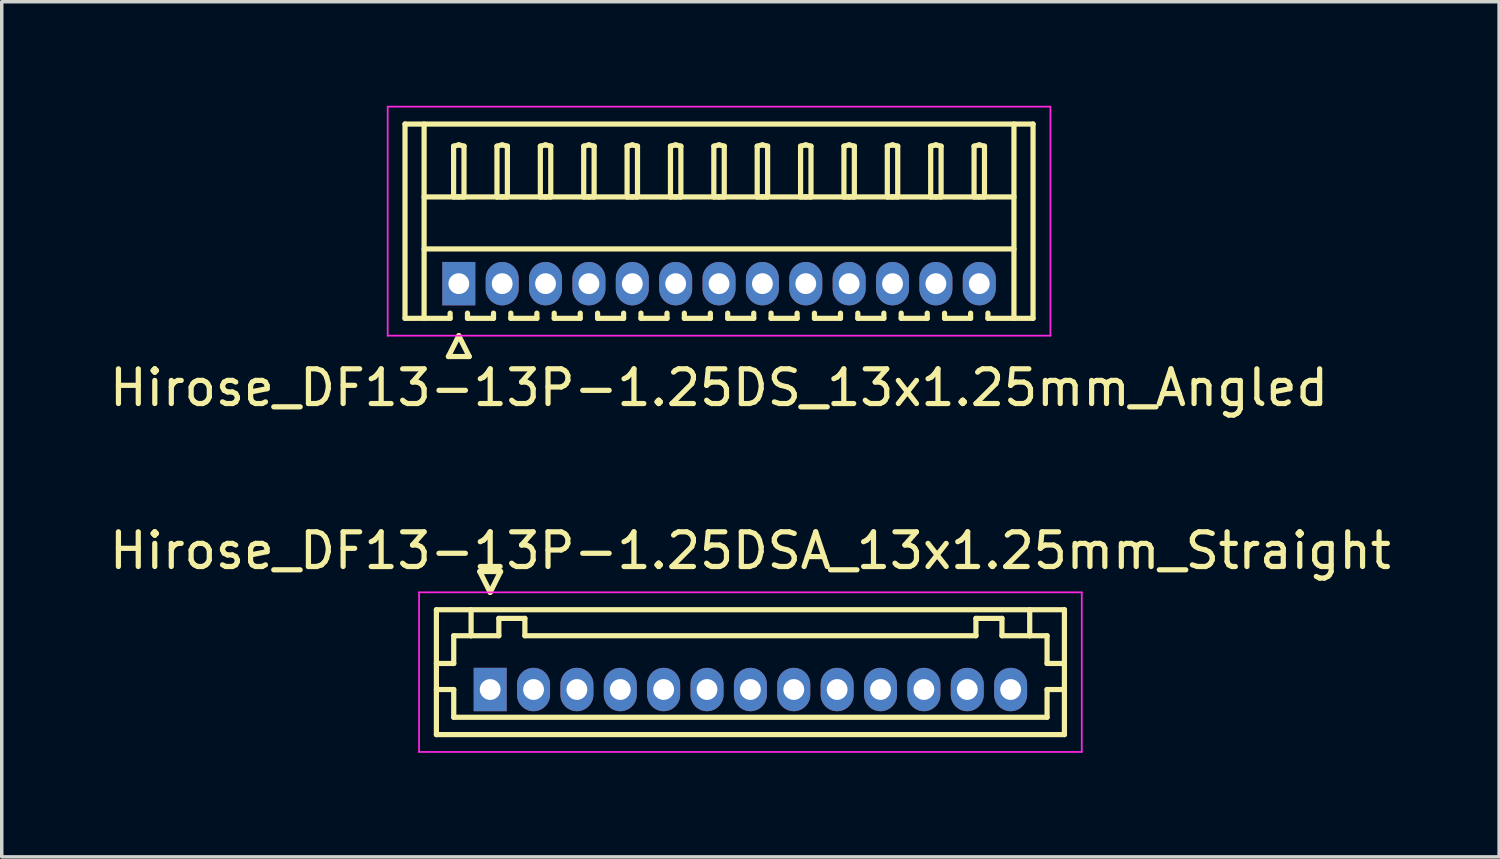
<source format=kicad_pcb>
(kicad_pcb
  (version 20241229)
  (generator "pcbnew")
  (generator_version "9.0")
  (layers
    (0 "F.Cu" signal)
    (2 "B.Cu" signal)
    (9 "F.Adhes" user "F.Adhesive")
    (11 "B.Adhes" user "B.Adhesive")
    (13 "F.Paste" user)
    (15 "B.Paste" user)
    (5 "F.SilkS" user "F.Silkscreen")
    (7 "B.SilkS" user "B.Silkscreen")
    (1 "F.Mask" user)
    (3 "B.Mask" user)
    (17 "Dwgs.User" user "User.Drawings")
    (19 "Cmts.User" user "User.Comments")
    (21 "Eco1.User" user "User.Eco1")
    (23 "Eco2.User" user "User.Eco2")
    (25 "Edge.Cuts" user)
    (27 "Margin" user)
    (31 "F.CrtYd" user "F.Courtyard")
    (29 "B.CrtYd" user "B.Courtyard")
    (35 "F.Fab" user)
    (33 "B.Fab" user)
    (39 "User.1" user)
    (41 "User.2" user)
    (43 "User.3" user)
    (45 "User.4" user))
  (footprint "Hirose_DF13-13P-1.25DS_13x1.25mm_Angled"
    (layer "F.Cu")
    (at 10.173 5.125)
    (property "Reference" "Hirose_DF13-13P-1.25DS_13x1.25mm_Angled" (at 7.5 3 0) (layer "F.SilkS") (effects (font (size 1 1) (thickness 0.15))))
    (attr through_hole)
    (fp_line (start -1.55 -4.6) (end 16.55 -4.6) (stroke (width 0.15) (type solid)) (layer "F.SilkS"))
    (fp_line (start -1.55 1) (end -1.55 -4.6) (stroke (width 0.15) (type solid)) (layer "F.SilkS"))
    (fp_line (start -1 -4.6) (end -1 1) (stroke (width 0.15) (type solid)) (layer "F.SilkS"))
    (fp_line (start -1 -2.5) (end 16 -2.5) (stroke (width 0.15) (type solid)) (layer "F.SilkS"))
    (fp_line (start -1 -1) (end 16 -1) (stroke (width 0.15) (type solid)) (layer "F.SilkS"))
    (fp_line (start -0.3 2.1) (end 0.3 2.1) (stroke (width 0.15) (type solid)) (layer "F.SilkS"))
    (fp_line (start -0.25 0.85) (end -0.25 1) (stroke (width 0.15) (type solid)) (layer "F.SilkS"))
    (fp_line (start -0.25 1) (end -1.55 1) (stroke (width 0.15) (type solid)) (layer "F.SilkS"))
    (fp_line (start -0.15 -3.962) (end 0 -4) (stroke (width 0.15) (type solid)) (layer "F.SilkS"))
    (fp_line (start -0.15 -2.5) (end -0.15 -3.962) (stroke (width 0.15) (type solid)) (layer "F.SilkS"))
    (fp_line (start 0 -4) (end 0.15 -3.962) (stroke (width 0.15) (type solid)) (layer "F.SilkS"))
    (fp_line (start 0 -2.5) (end -0.15 -2.5) (stroke (width 0.15) (type solid)) (layer "F.SilkS"))
    (fp_line (start 0 1.5) (end -0.3 2.1) (stroke (width 0.15) (type solid)) (layer "F.SilkS"))
    (fp_line (start 0.15 -3.962) (end 0.15 -2.5) (stroke (width 0.15) (type solid)) (layer "F.SilkS"))
    (fp_line (start 0.15 -2.5) (end 0 -2.5) (stroke (width 0.15) (type solid)) (layer "F.SilkS"))
    (fp_line (start 0.25 0.85) (end 0.25 1) (stroke (width 0.15) (type solid)) (layer "F.SilkS"))
    (fp_line (start 0.25 1) (end 1 1) (stroke (width 0.15) (type solid)) (layer "F.SilkS"))
    (fp_line (start 0.3 2.1) (end 0 1.5) (stroke (width 0.15) (type solid)) (layer "F.SilkS"))
    (fp_line (start 1 1) (end 1 0.85) (stroke (width 0.15) (type solid)) (layer "F.SilkS"))
    (fp_line (start 1.1 -3.962) (end 1.25 -4) (stroke (width 0.15) (type solid)) (layer "F.SilkS"))
    (fp_line (start 1.1 -2.5) (end 1.1 -3.962) (stroke (width 0.15) (type solid)) (layer "F.SilkS"))
    (fp_line (start 1.25 -4) (end 1.4 -3.962) (stroke (width 0.15) (type solid)) (layer "F.SilkS"))
    (fp_line (start 1.25 -2.5) (end 1.1 -2.5) (stroke (width 0.15) (type solid)) (layer "F.SilkS"))
    (fp_line (start 1.4 -3.962) (end 1.4 -2.5) (stroke (width 0.15) (type solid)) (layer "F.SilkS"))
    (fp_line (start 1.4 -2.5) (end 1.25 -2.5) (stroke (width 0.15) (type solid)) (layer "F.SilkS"))
    (fp_line (start 1.5 0.85) (end 1.5 1) (stroke (width 0.15) (type solid)) (layer "F.SilkS"))
    (fp_line (start 1.5 1) (end 2.25 1) (stroke (width 0.15) (type solid)) (layer "F.SilkS"))
    (fp_line (start 2.25 1) (end 2.25 0.85) (stroke (width 0.15) (type solid)) (layer "F.SilkS"))
    (fp_line (start 2.35 -3.962) (end 2.5 -4) (stroke (width 0.15) (type solid)) (layer "F.SilkS"))
    (fp_line (start 2.35 -2.5) (end 2.35 -3.962) (stroke (width 0.15) (type solid)) (layer "F.SilkS"))
    (fp_line (start 2.5 -4) (end 2.65 -3.962) (stroke (width 0.15) (type solid)) (layer "F.SilkS"))
    (fp_line (start 2.5 -2.5) (end 2.35 -2.5) (stroke (width 0.15) (type solid)) (layer "F.SilkS"))
    (fp_line (start 2.65 -3.962) (end 2.65 -2.5) (stroke (width 0.15) (type solid)) (layer "F.SilkS"))
    (fp_line (start 2.65 -2.5) (end 2.5 -2.5) (stroke (width 0.15) (type solid)) (layer "F.SilkS"))
    (fp_line (start 2.75 0.85) (end 2.75 1) (stroke (width 0.15) (type solid)) (layer "F.SilkS"))
    (fp_line (start 2.75 1) (end 3.5 1) (stroke (width 0.15) (type solid)) (layer "F.SilkS"))
    (fp_line (start 3.5 1) (end 3.5 0.85) (stroke (width 0.15) (type solid)) (layer "F.SilkS"))
    (fp_line (start 3.6 -3.962) (end 3.75 -4) (stroke (width 0.15) (type solid)) (layer "F.SilkS"))
    (fp_line (start 3.6 -2.5) (end 3.6 -3.962) (stroke (width 0.15) (type solid)) (layer "F.SilkS"))
    (fp_line (start 3.75 -4) (end 3.9 -3.962) (stroke (width 0.15) (type solid)) (layer "F.SilkS"))
    (fp_line (start 3.75 -2.5) (end 3.6 -2.5) (stroke (width 0.15) (type solid)) (layer "F.SilkS"))
    (fp_line (start 3.9 -3.962) (end 3.9 -2.5) (stroke (width 0.15) (type solid)) (layer "F.SilkS"))
    (fp_line (start 3.9 -2.5) (end 3.75 -2.5) (stroke (width 0.15) (type solid)) (layer "F.SilkS"))
    (fp_line (start 4 0.85) (end 4 1) (stroke (width 0.15) (type solid)) (layer "F.SilkS"))
    (fp_line (start 4 1) (end 4.75 1) (stroke (width 0.15) (type solid)) (layer "F.SilkS"))
    (fp_line (start 4.75 1) (end 4.75 0.85) (stroke (width 0.15) (type solid)) (layer "F.SilkS"))
    (fp_line (start 4.85 -3.962) (end 5 -4) (stroke (width 0.15) (type solid)) (layer "F.SilkS"))
    (fp_line (start 4.85 -2.5) (end 4.85 -3.962) (stroke (width 0.15) (type solid)) (layer "F.SilkS"))
    (fp_line (start 5 -4) (end 5.15 -3.962) (stroke (width 0.15) (type solid)) (layer "F.SilkS"))
    (fp_line (start 5 -2.5) (end 4.85 -2.5) (stroke (width 0.15) (type solid)) (layer "F.SilkS"))
    (fp_line (start 5.15 -3.962) (end 5.15 -2.5) (stroke (width 0.15) (type solid)) (layer "F.SilkS"))
    (fp_line (start 5.15 -2.5) (end 5 -2.5) (stroke (width 0.15) (type solid)) (layer "F.SilkS"))
    (fp_line (start 5.25 0.85) (end 5.25 1) (stroke (width 0.15) (type solid)) (layer "F.SilkS"))
    (fp_line (start 5.25 1) (end 6 1) (stroke (width 0.15) (type solid)) (layer "F.SilkS"))
    (fp_line (start 6 1) (end 6 0.85) (stroke (width 0.15) (type solid)) (layer "F.SilkS"))
    (fp_line (start 6.1 -3.962) (end 6.25 -4) (stroke (width 0.15) (type solid)) (layer "F.SilkS"))
    (fp_line (start 6.1 -2.5) (end 6.1 -3.962) (stroke (width 0.15) (type solid)) (layer "F.SilkS"))
    (fp_line (start 6.25 -4) (end 6.4 -3.962) (stroke (width 0.15) (type solid)) (layer "F.SilkS"))
    (fp_line (start 6.25 -2.5) (end 6.1 -2.5) (stroke (width 0.15) (type solid)) (layer "F.SilkS"))
    (fp_line (start 6.4 -3.962) (end 6.4 -2.5) (stroke (width 0.15) (type solid)) (layer "F.SilkS"))
    (fp_line (start 6.4 -2.5) (end 6.25 -2.5) (stroke (width 0.15) (type solid)) (layer "F.SilkS"))
    (fp_line (start 6.5 0.85) (end 6.5 1) (stroke (width 0.15) (type solid)) (layer "F.SilkS"))
    (fp_line (start 6.5 1) (end 7.25 1) (stroke (width 0.15) (type solid)) (layer "F.SilkS"))
    (fp_line (start 7.25 1) (end 7.25 0.85) (stroke (width 0.15) (type solid)) (layer "F.SilkS"))
    (fp_line (start 7.35 -3.962) (end 7.5 -4) (stroke (width 0.15) (type solid)) (layer "F.SilkS"))
    (fp_line (start 7.35 -2.5) (end 7.35 -3.962) (stroke (width 0.15) (type solid)) (layer "F.SilkS"))
    (fp_line (start 7.5 -4) (end 7.65 -3.962) (stroke (width 0.15) (type solid)) (layer "F.SilkS"))
    (fp_line (start 7.5 -2.5) (end 7.35 -2.5) (stroke (width 0.15) (type solid)) (layer "F.SilkS"))
    (fp_line (start 7.65 -3.962) (end 7.65 -2.5) (stroke (width 0.15) (type solid)) (layer "F.SilkS"))
    (fp_line (start 7.65 -2.5) (end 7.5 -2.5) (stroke (width 0.15) (type solid)) (layer "F.SilkS"))
    (fp_line (start 7.75 0.85) (end 7.75 1) (stroke (width 0.15) (type solid)) (layer "F.SilkS"))
    (fp_line (start 7.75 1) (end 8.5 1) (stroke (width 0.15) (type solid)) (layer "F.SilkS"))
    (fp_line (start 8.5 1) (end 8.5 0.85) (stroke (width 0.15) (type solid)) (layer "F.SilkS"))
    (fp_line (start 8.6 -3.962) (end 8.75 -4) (stroke (width 0.15) (type solid)) (layer "F.SilkS"))
    (fp_line (start 8.6 -2.5) (end 8.6 -3.962) (stroke (width 0.15) (type solid)) (layer "F.SilkS"))
    (fp_line (start 8.75 -4) (end 8.9 -3.962) (stroke (width 0.15) (type solid)) (layer "F.SilkS"))
    (fp_line (start 8.75 -2.5) (end 8.6 -2.5) (stroke (width 0.15) (type solid)) (layer "F.SilkS"))
    (fp_line (start 8.9 -3.962) (end 8.9 -2.5) (stroke (width 0.15) (type solid)) (layer "F.SilkS"))
    (fp_line (start 8.9 -2.5) (end 8.75 -2.5) (stroke (width 0.15) (type solid)) (layer "F.SilkS"))
    (fp_line (start 9 0.85) (end 9 1) (stroke (width 0.15) (type solid)) (layer "F.SilkS"))
    (fp_line (start 9 1) (end 9.75 1) (stroke (width 0.15) (type solid)) (layer "F.SilkS"))
    (fp_line (start 9.75 1) (end 9.75 0.85) (stroke (width 0.15) (type solid)) (layer "F.SilkS"))
    (fp_line (start 9.85 -3.962) (end 10 -4) (stroke (width 0.15) (type solid)) (layer "F.SilkS"))
    (fp_line (start 9.85 -2.5) (end 9.85 -3.962) (stroke (width 0.15) (type solid)) (layer "F.SilkS"))
    (fp_line (start 10 -4) (end 10.15 -3.962) (stroke (width 0.15) (type solid)) (layer "F.SilkS"))
    (fp_line (start 10 -2.5) (end 9.85 -2.5) (stroke (width 0.15) (type solid)) (layer "F.SilkS"))
    (fp_line (start 10.15 -3.962) (end 10.15 -2.5) (stroke (width 0.15) (type solid)) (layer "F.SilkS"))
    (fp_line (start 10.15 -2.5) (end 10 -2.5) (stroke (width 0.15) (type solid)) (layer "F.SilkS"))
    (fp_line (start 10.25 0.85) (end 10.25 1) (stroke (width 0.15) (type solid)) (layer "F.SilkS"))
    (fp_line (start 10.25 1) (end 11 1) (stroke (width 0.15) (type solid)) (layer "F.SilkS"))
    (fp_line (start 11 1) (end 11 0.85) (stroke (width 0.15) (type solid)) (layer "F.SilkS"))
    (fp_line (start 11.1 -3.962) (end 11.25 -4) (stroke (width 0.15) (type solid)) (layer "F.SilkS"))
    (fp_line (start 11.1 -2.5) (end 11.1 -3.962) (stroke (width 0.15) (type solid)) (layer "F.SilkS"))
    (fp_line (start 11.25 -4) (end 11.4 -3.962) (stroke (width 0.15) (type solid)) (layer "F.SilkS"))
    (fp_line (start 11.25 -2.5) (end 11.1 -2.5) (stroke (width 0.15) (type solid)) (layer "F.SilkS"))
    (fp_line (start 11.4 -3.962) (end 11.4 -2.5) (stroke (width 0.15) (type solid)) (layer "F.SilkS"))
    (fp_line (start 11.4 -2.5) (end 11.25 -2.5) (stroke (width 0.15) (type solid)) (layer "F.SilkS"))
    (fp_line (start 11.5 0.85) (end 11.5 1) (stroke (width 0.15) (type solid)) (layer "F.SilkS"))
    (fp_line (start 11.5 1) (end 12.25 1) (stroke (width 0.15) (type solid)) (layer "F.SilkS"))
    (fp_line (start 12.25 1) (end 12.25 0.85) (stroke (width 0.15) (type solid)) (layer "F.SilkS"))
    (fp_line (start 12.35 -3.962) (end 12.5 -4) (stroke (width 0.15) (type solid)) (layer "F.SilkS"))
    (fp_line (start 12.35 -2.5) (end 12.35 -3.962) (stroke (width 0.15) (type solid)) (layer "F.SilkS"))
    (fp_line (start 12.5 -4) (end 12.65 -3.962) (stroke (width 0.15) (type solid)) (layer "F.SilkS"))
    (fp_line (start 12.5 -2.5) (end 12.35 -2.5) (stroke (width 0.15) (type solid)) (layer "F.SilkS"))
    (fp_line (start 12.65 -3.962) (end 12.65 -2.5) (stroke (width 0.15) (type solid)) (layer "F.SilkS"))
    (fp_line (start 12.65 -2.5) (end 12.5 -2.5) (stroke (width 0.15) (type solid)) (layer "F.SilkS"))
    (fp_line (start 12.75 0.85) (end 12.75 1) (stroke (width 0.15) (type solid)) (layer "F.SilkS"))
    (fp_line (start 12.75 1) (end 13.5 1) (stroke (width 0.15) (type solid)) (layer "F.SilkS"))
    (fp_line (start 13.5 1) (end 13.5 0.85) (stroke (width 0.15) (type solid)) (layer "F.SilkS"))
    (fp_line (start 13.6 -3.962) (end 13.75 -4) (stroke (width 0.15) (type solid)) (layer "F.SilkS"))
    (fp_line (start 13.6 -2.5) (end 13.6 -3.962) (stroke (width 0.15) (type solid)) (layer "F.SilkS"))
    (fp_line (start 13.75 -4) (end 13.9 -3.962) (stroke (width 0.15) (type solid)) (layer "F.SilkS"))
    (fp_line (start 13.75 -2.5) (end 13.6 -2.5) (stroke (width 0.15) (type solid)) (layer "F.SilkS"))
    (fp_line (start 13.9 -3.962) (end 13.9 -2.5) (stroke (width 0.15) (type solid)) (layer "F.SilkS"))
    (fp_line (start 13.9 -2.5) (end 13.75 -2.5) (stroke (width 0.15) (type solid)) (layer "F.SilkS"))
    (fp_line (start 14 0.85) (end 14 1) (stroke (width 0.15) (type solid)) (layer "F.SilkS"))
    (fp_line (start 14 1) (end 14.75 1) (stroke (width 0.15) (type solid)) (layer "F.SilkS"))
    (fp_line (start 14.75 1) (end 14.75 0.85) (stroke (width 0.15) (type solid)) (layer "F.SilkS"))
    (fp_line (start 14.85 -3.962) (end 15 -4) (stroke (width 0.15) (type solid)) (layer "F.SilkS"))
    (fp_line (start 14.85 -2.5) (end 14.85 -3.962) (stroke (width 0.15) (type solid)) (layer "F.SilkS"))
    (fp_line (start 15 -4) (end 15.15 -3.962) (stroke (width 0.15) (type solid)) (layer "F.SilkS"))
    (fp_line (start 15 -2.5) (end 14.85 -2.5) (stroke (width 0.15) (type solid)) (layer "F.SilkS"))
    (fp_line (start 15.15 -3.962) (end 15.15 -2.5) (stroke (width 0.15) (type solid)) (layer "F.SilkS"))
    (fp_line (start 15.15 -2.5) (end 15 -2.5) (stroke (width 0.15) (type solid)) (layer "F.SilkS"))
    (fp_line (start 15.25 1) (end 15.25 0.85) (stroke (width 0.15) (type solid)) (layer "F.SilkS"))
    (fp_line (start 16 -4.6) (end 16 1) (stroke (width 0.15) (type solid)) (layer "F.SilkS"))
    (fp_line (start 16.55 -4.6) (end 16.55 1) (stroke (width 0.15) (type solid)) (layer "F.SilkS"))
    (fp_line (start 16.55 1) (end 15.25 1) (stroke (width 0.15) (type solid)) (layer "F.SilkS"))
    (fp_line (start -2.05 -5.1) (end -2.05 1.5) (stroke (width 0.05) (type solid)) (layer "F.CrtYd"))
    (fp_line (start -2.05 1.5) (end 17.05 1.5) (stroke (width 0.05) (type solid)) (layer "F.CrtYd"))
    (fp_line (start 17.05 -5.1) (end -2.05 -5.1) (stroke (width 0.05) (type solid)) (layer "F.CrtYd"))
    (fp_line (start 17.05 1.5) (end 17.05 -5.1) (stroke (width 0.05) (type solid)) (layer "F.CrtYd"))
    (pad "1" thru_hole rect (at 0 0) (size 0.95 1.25) (drill 0.6) (layers "*.Cu" "*.Mask"))
    (pad "2" thru_hole oval (at 1.25 0) (size 0.95 1.25) (drill 0.6) (layers "*.Cu" "*.Mask"))
    (pad "3" thru_hole oval (at 2.5 0) (size 0.95 1.25) (drill 0.6) (layers "*.Cu" "*.Mask"))
    (pad "4" thru_hole oval (at 3.75 0) (size 0.95 1.25) (drill 0.6) (layers "*.Cu" "*.Mask"))
    (pad "5" thru_hole oval (at 5 0) (size 0.95 1.25) (drill 0.6) (layers "*.Cu" "*.Mask"))
    (pad "6" thru_hole oval (at 6.25 0) (size 0.95 1.25) (drill 0.6) (layers "*.Cu" "*.Mask"))
    (pad "7" thru_hole oval (at 7.5 0) (size 0.95 1.25) (drill 0.6) (layers "*.Cu" "*.Mask"))
    (pad "8" thru_hole oval (at 8.75 0) (size 0.95 1.25) (drill 0.6) (layers "*.Cu" "*.Mask"))
    (pad "9" thru_hole oval (at 10 0) (size 0.95 1.25) (drill 0.6) (layers "*.Cu" "*.Mask"))
    (pad "10" thru_hole oval (at 11.25 0) (size 0.95 1.25) (drill 0.6) (layers "*.Cu" "*.Mask"))
    (pad "11" thru_hole oval (at 12.5 0) (size 0.95 1.25) (drill 0.6) (layers "*.Cu" "*.Mask"))
    (pad "12" thru_hole oval (at 13.75 0) (size 0.95 1.25) (drill 0.6) (layers "*.Cu" "*.Mask"))
    (pad "13" thru_hole oval (at 15 0) (size 0.95 1.25) (drill 0.6) (layers "*.Cu" "*.Mask")))
  (footprint "Hirose_DF13-13P-1.25DSA_13x1.25mm_Straight"
    (layer "F.Cu")
    (at 11.077 16.822)
    (property "Reference" "Hirose_DF13-13P-1.25DSA_13x1.25mm_Straight" (at 7.5 -4 0) (layer "F.SilkS") (effects (font (size 1 1) (thickness 0.15))))
    (attr through_hole)
    (fp_line (start -1.55 -2.3) (end -1.55 1.3) (stroke (width 0.15) (type solid)) (layer "F.SilkS"))
    (fp_line (start -1.55 -0.75) (end -1.05 -0.75) (stroke (width 0.15) (type solid)) (layer "F.SilkS"))
    (fp_line (start -1.55 0) (end -1.05 0) (stroke (width 0.15) (type solid)) (layer "F.SilkS"))
    (fp_line (start -1.55 1.3) (end 16.55 1.3) (stroke (width 0.15) (type solid)) (layer "F.SilkS"))
    (fp_line (start -1.05 -1.55) (end -0.55 -1.55) (stroke (width 0.15) (type solid)) (layer "F.SilkS"))
    (fp_line (start -1.05 -0.75) (end -1.05 -1.55) (stroke (width 0.15) (type solid)) (layer "F.SilkS"))
    (fp_line (start -1.05 0) (end -1.05 0.8) (stroke (width 0.15) (type solid)) (layer "F.SilkS"))
    (fp_line (start -1.05 0.8) (end 16.05 0.8) (stroke (width 0.15) (type solid)) (layer "F.SilkS"))
    (fp_line (start -0.55 -1.55) (end -0.55 -2.3) (stroke (width 0.15) (type solid)) (layer "F.SilkS"))
    (fp_line (start -0.55 -1.55) (end 0.25 -1.55) (stroke (width 0.15) (type solid)) (layer "F.SilkS"))
    (fp_line (start -0.3 -3.4) (end 0.3 -3.4) (stroke (width 0.15) (type solid)) (layer "F.SilkS"))
    (fp_line (start 0 -2.8) (end -0.3 -3.4) (stroke (width 0.15) (type solid)) (layer "F.SilkS"))
    (fp_line (start 0.25 -2.05) (end 1 -2.05) (stroke (width 0.15) (type solid)) (layer "F.SilkS"))
    (fp_line (start 0.25 -1.55) (end 0.25 -2.05) (stroke (width 0.15) (type solid)) (layer "F.SilkS"))
    (fp_line (start 0.3 -3.4) (end 0 -2.8) (stroke (width 0.15) (type solid)) (layer "F.SilkS"))
    (fp_line (start 1 -2.05) (end 1 -1.55) (stroke (width 0.15) (type solid)) (layer "F.SilkS"))
    (fp_line (start 1 -1.55) (end 14 -1.55) (stroke (width 0.15) (type solid)) (layer "F.SilkS"))
    (fp_line (start 14 -2.05) (end 14.75 -2.05) (stroke (width 0.15) (type solid)) (layer "F.SilkS"))
    (fp_line (start 14 -1.55) (end 14 -2.05) (stroke (width 0.15) (type solid)) (layer "F.SilkS"))
    (fp_line (start 14.75 -2.05) (end 14.75 -1.55) (stroke (width 0.15) (type solid)) (layer "F.SilkS"))
    (fp_line (start 14.75 -1.55) (end 15.55 -1.55) (stroke (width 0.15) (type solid)) (layer "F.SilkS"))
    (fp_line (start 15.55 -1.55) (end 15.55 -2.3) (stroke (width 0.15) (type solid)) (layer "F.SilkS"))
    (fp_line (start 16.05 -1.55) (end 15.55 -1.55) (stroke (width 0.15) (type solid)) (layer "F.SilkS"))
    (fp_line (start 16.05 -0.75) (end 16.05 -1.55) (stroke (width 0.15) (type solid)) (layer "F.SilkS"))
    (fp_line (start 16.05 0) (end 16.55 0) (stroke (width 0.15) (type solid)) (layer "F.SilkS"))
    (fp_line (start 16.05 0.8) (end 16.05 0) (stroke (width 0.15) (type solid)) (layer "F.SilkS"))
    (fp_line (start 16.55 -2.3) (end -1.55 -2.3) (stroke (width 0.15) (type solid)) (layer "F.SilkS"))
    (fp_line (start 16.55 -0.75) (end 16.05 -0.75) (stroke (width 0.15) (type solid)) (layer "F.SilkS"))
    (fp_line (start 16.55 1.3) (end 16.55 -2.3) (stroke (width 0.15) (type solid)) (layer "F.SilkS"))
    (fp_line (start -2.05 -2.8) (end -2.05 1.8) (stroke (width 0.05) (type solid)) (layer "F.CrtYd"))
    (fp_line (start -2.05 1.8) (end 17.05 1.8) (stroke (width 0.05) (type solid)) (layer "F.CrtYd"))
    (fp_line (start 17.05 -2.8) (end -2.05 -2.8) (stroke (width 0.05) (type solid)) (layer "F.CrtYd"))
    (fp_line (start 17.05 1.8) (end 17.05 -2.8) (stroke (width 0.05) (type solid)) (layer "F.CrtYd"))
    (pad "1" thru_hole rect (at 0 0) (size 0.95 1.25) (drill 0.6) (layers "*.Cu" "*.Mask"))
    (pad "2" thru_hole oval (at 1.25 0) (size 0.95 1.25) (drill 0.6) (layers "*.Cu" "*.Mask"))
    (pad "3" thru_hole oval (at 2.5 0) (size 0.95 1.25) (drill 0.6) (layers "*.Cu" "*.Mask"))
    (pad "4" thru_hole oval (at 3.75 0) (size 0.95 1.25) (drill 0.6) (layers "*.Cu" "*.Mask"))
    (pad "5" thru_hole oval (at 5 0) (size 0.95 1.25) (drill 0.6) (layers "*.Cu" "*.Mask"))
    (pad "6" thru_hole oval (at 6.25 0) (size 0.95 1.25) (drill 0.6) (layers "*.Cu" "*.Mask"))
    (pad "7" thru_hole oval (at 7.5 0) (size 0.95 1.25) (drill 0.6) (layers "*.Cu" "*.Mask"))
    (pad "8" thru_hole oval (at 8.75 0) (size 0.95 1.25) (drill 0.6) (layers "*.Cu" "*.Mask"))
    (pad "9" thru_hole oval (at 10 0) (size 0.95 1.25) (drill 0.6) (layers "*.Cu" "*.Mask"))
    (pad "10" thru_hole oval (at 11.25 0) (size 0.95 1.25) (drill 0.6) (layers "*.Cu" "*.Mask"))
    (pad "11" thru_hole oval (at 12.5 0) (size 0.95 1.25) (drill 0.6) (layers "*.Cu" "*.Mask"))
    (pad "12" thru_hole oval (at 13.75 0) (size 0.95 1.25) (drill 0.6) (layers "*.Cu" "*.Mask"))
    (pad "13" thru_hole oval (at 15 0) (size 0.95 1.25) (drill 0.6) (layers "*.Cu" "*.Mask")))
  (gr_rect
    (start -3 -3)
    (end 40.155 21.646)
    (stroke (width 0.1) (type default))
    (fill no)
    (layer "Edge.Cuts")))
</source>
